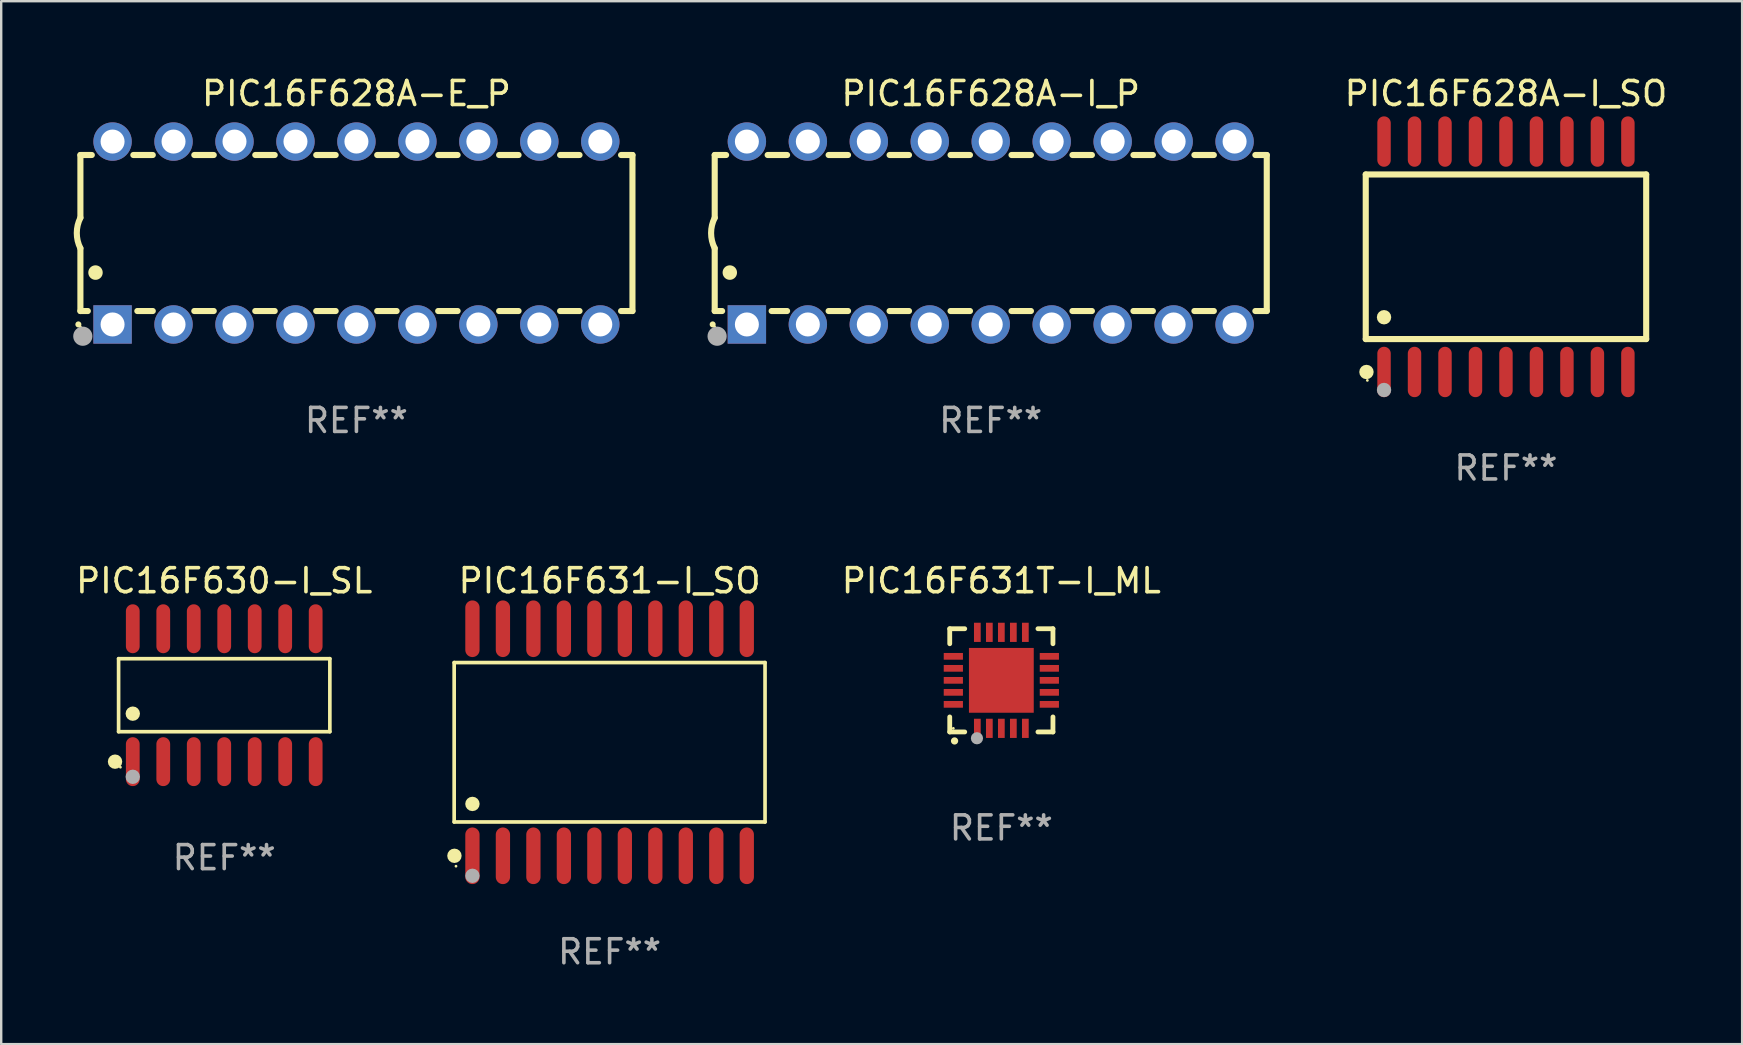
<source format=kicad_pcb>
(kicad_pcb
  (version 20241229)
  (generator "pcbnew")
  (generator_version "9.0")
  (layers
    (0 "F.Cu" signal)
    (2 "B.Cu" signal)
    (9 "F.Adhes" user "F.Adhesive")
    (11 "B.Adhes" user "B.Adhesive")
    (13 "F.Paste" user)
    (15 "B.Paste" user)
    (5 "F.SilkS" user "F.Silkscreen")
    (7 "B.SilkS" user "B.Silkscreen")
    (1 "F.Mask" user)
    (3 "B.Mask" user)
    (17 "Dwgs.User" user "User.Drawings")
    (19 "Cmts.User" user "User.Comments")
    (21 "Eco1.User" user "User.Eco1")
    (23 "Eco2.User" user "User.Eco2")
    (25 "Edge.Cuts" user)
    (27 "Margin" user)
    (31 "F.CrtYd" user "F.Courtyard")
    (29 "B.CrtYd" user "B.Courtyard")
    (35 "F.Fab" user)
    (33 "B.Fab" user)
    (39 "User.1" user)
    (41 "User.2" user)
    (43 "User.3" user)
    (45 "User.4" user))
  (footprint "PIC16F630-I_SL"
    (layer "F.Cu")
    (at 6.292 25.914)
    (property "Reference" "PIC16F630-I_SL" (at 0 -4.769 0) (layer "F.SilkS") (effects (font (size 1 1) (thickness 0.15))))
    (attr through_hole)
    (fp_line (start -4.401 -1.521) (end 4.401 -1.521) (stroke (width 0.152) (type solid)) (layer "F.SilkS"))
    (fp_line (start -4.401 1.521) (end -4.401 -1.521) (stroke (width 0.152) (type solid)) (layer "F.SilkS"))
    (fp_line (start 4.401 -1.521) (end 4.401 1.521) (stroke (width 0.152) (type solid)) (layer "F.SilkS"))
    (fp_line (start 4.401 1.521) (end -4.401 1.521) (stroke (width 0.152) (type solid)) (layer "F.SilkS"))
    (fp_circle (center -4.549 2.769) (end -4.399 2.769) (stroke (width 0.3) (type solid)) (fill no) (layer "F.SilkS"))
    (fp_circle (center -4.325 3) (end -4.295 3) (stroke (width 0.06) (type solid)) (fill no) (layer "F.SilkS"))
    (fp_circle (center -3.81 0.769) (end -3.66 0.769) (stroke (width 0.3) (type solid)) (fill no) (layer "F.SilkS"))
    (fp_circle (center -3.81 3.4) (end -3.66 3.4) (stroke (width 0.3) (type solid)) (fill no) (layer "F.Fab"))
    (fp_text user "REF**" (at 0 6.769 0) (layer "F.Fab") (effects (font (size 1 1) (thickness 0.15))))
    (pad "1" smd oval (at -3.81 2.769) (size 0.574 2.038) (layers "F.Cu" "F.Mask" "F.Paste"))
    (pad "2" smd oval (at -2.54 2.769) (size 0.574 2.038) (layers "F.Cu" "F.Mask" "F.Paste"))
    (pad "3" smd oval (at -1.27 2.769) (size 0.574 2.038) (layers "F.Cu" "F.Mask" "F.Paste"))
    (pad "4" smd oval (at 0 2.769) (size 0.574 2.038) (layers "F.Cu" "F.Mask" "F.Paste"))
    (pad "5" smd oval (at 1.27 2.769) (size 0.574 2.038) (layers "F.Cu" "F.Mask" "F.Paste"))
    (pad "6" smd oval (at 2.54 2.769) (size 0.574 2.038) (layers "F.Cu" "F.Mask" "F.Paste"))
    (pad "7" smd oval (at 3.81 2.769) (size 0.574 2.038) (layers "F.Cu" "F.Mask" "F.Paste"))
    (pad "8" smd oval (at 3.81 -2.769) (size 0.574 2.038) (layers "F.Cu" "F.Mask" "F.Paste"))
    (pad "9" smd oval (at 2.54 -2.769) (size 0.574 2.038) (layers "F.Cu" "F.Mask" "F.Paste"))
    (pad "10" smd oval (at 1.27 -2.769) (size 0.574 2.038) (layers "F.Cu" "F.Mask" "F.Paste"))
    (pad "11" smd oval (at 0 -2.769) (size 0.574 2.038) (layers "F.Cu" "F.Mask" "F.Paste"))
    (pad "12" smd oval (at -1.27 -2.769) (size 0.574 2.038) (layers "F.Cu" "F.Mask" "F.Paste"))
    (pad "13" smd oval (at -2.54 -2.769) (size 0.574 2.038) (layers "F.Cu" "F.Mask" "F.Paste"))
    (pad "14" smd oval (at -3.81 -2.769) (size 0.574 2.038) (layers "F.Cu" "F.Mask" "F.Paste")))
  (footprint "PIC16F628A-I_SO"
    (layer "F.Cu")
    (at 59.693 7.648)
    (property "Reference" "PIC16F628A-I_SO" (at 0 -6.8 0) (layer "F.SilkS") (effects (font (size 1 1) (thickness 0.15))))
    (attr through_hole)
    (fp_line (start -5.842 -3.429) (end -5.842 3.429) (stroke (width 0.254) (type solid)) (layer "F.SilkS"))
    (fp_line (start -5.842 3.429) (end 5.842 3.429) (stroke (width 0.254) (type solid)) (layer "F.SilkS"))
    (fp_line (start 5.842 -3.429) (end -5.842 -3.429) (stroke (width 0.254) (type solid)) (layer "F.SilkS"))
    (fp_line (start 5.842 3.429) (end 5.842 -3.429) (stroke (width 0.254) (type solid)) (layer "F.SilkS"))
    (fp_circle (center -5.812 4.8) (end -5.662 4.8) (stroke (width 0.3) (type solid)) (fill no) (layer "F.SilkS"))
    (fp_circle (center -5.775 5.15) (end -5.745 5.15) (stroke (width 0.06) (type solid)) (fill no) (layer "F.SilkS"))
    (fp_circle (center -5.08 2.519) (end -4.93 2.519) (stroke (width 0.3) (type solid)) (fill no) (layer "F.SilkS"))
    (fp_circle (center -5.08 5.55) (end -4.93 5.55) (stroke (width 0.3) (type solid)) (fill no) (layer "F.Fab"))
    (fp_text user "REF**" (at 0 8.8 0) (layer "F.Fab") (effects (font (size 1 1) (thickness 0.15))))
    (pad "1" smd oval (at -5.08 4.8) (size 0.56 2.1) (layers "F.Cu" "F.Mask" "F.Paste"))
    (pad "2" smd oval (at -3.81 4.8) (size 0.56 2.1) (layers "F.Cu" "F.Mask" "F.Paste"))
    (pad "3" smd oval (at -2.54 4.8) (size 0.56 2.1) (layers "F.Cu" "F.Mask" "F.Paste"))
    (pad "4" smd oval (at -1.27 4.8) (size 0.56 2.1) (layers "F.Cu" "F.Mask" "F.Paste"))
    (pad "5" smd oval (at 0 4.8) (size 0.56 2.1) (layers "F.Cu" "F.Mask" "F.Paste"))
    (pad "6" smd oval (at 1.27 4.8) (size 0.56 2.1) (layers "F.Cu" "F.Mask" "F.Paste"))
    (pad "7" smd oval (at 2.54 4.8) (size 0.56 2.1) (layers "F.Cu" "F.Mask" "F.Paste"))
    (pad "8" smd oval (at 3.81 4.8) (size 0.56 2.1) (layers "F.Cu" "F.Mask" "F.Paste"))
    (pad "9" smd oval (at 5.08 4.8) (size 0.56 2.1) (layers "F.Cu" "F.Mask" "F.Paste"))
    (pad "10" smd oval (at 5.08 -4.8) (size 0.56 2.1) (layers "F.Cu" "F.Mask" "F.Paste"))
    (pad "11" smd oval (at 3.81 -4.8) (size 0.56 2.1) (layers "F.Cu" "F.Mask" "F.Paste"))
    (pad "12" smd oval (at 2.54 -4.8) (size 0.56 2.1) (layers "F.Cu" "F.Mask" "F.Paste"))
    (pad "13" smd oval (at 1.27 -4.8) (size 0.56 2.1) (layers "F.Cu" "F.Mask" "F.Paste"))
    (pad "14" smd oval (at 0 -4.8) (size 0.56 2.1) (layers "F.Cu" "F.Mask" "F.Paste"))
    (pad "15" smd oval (at -1.27 -4.8) (size 0.56 2.1) (layers "F.Cu" "F.Mask" "F.Paste"))
    (pad "16" smd oval (at -2.54 -4.8) (size 0.56 2.1) (layers "F.Cu" "F.Mask" "F.Paste"))
    (pad "17" smd oval (at -3.81 -4.8) (size 0.56 2.1) (layers "F.Cu" "F.Mask" "F.Paste"))
    (pad "18" smd oval (at -5.08 -4.8) (size 0.56 2.1) (layers "F.Cu" "F.Mask" "F.Paste")))
  (footprint "PIC16F631-I_SO"
    (layer "F.Cu")
    (at 22.348 27.875)
    (property "Reference" "PIC16F631-I_SO" (at 0 -6.73 0) (layer "F.SilkS") (effects (font (size 1 1) (thickness 0.15))))
    (attr through_hole)
    (fp_line (start -6.476 -3.321) (end 6.476 -3.321) (stroke (width 0.152) (type solid)) (layer "F.SilkS"))
    (fp_line (start -6.476 3.321) (end -6.476 -3.321) (stroke (width 0.152) (type solid)) (layer "F.SilkS"))
    (fp_line (start 6.476 -3.321) (end 6.476 3.321) (stroke (width 0.152) (type solid)) (layer "F.SilkS"))
    (fp_line (start 6.476 3.321) (end -6.476 3.321) (stroke (width 0.152) (type solid)) (layer "F.SilkS"))
    (fp_circle (center -6.465 4.73) (end -6.315 4.73) (stroke (width 0.3) (type solid)) (fill no) (layer "F.SilkS"))
    (fp_circle (center -6.4 5.163) (end -6.37 5.163) (stroke (width 0.06) (type solid)) (fill no) (layer "F.SilkS"))
    (fp_circle (center -5.715 2.569) (end -5.565 2.569) (stroke (width 0.3) (type solid)) (fill no) (layer "F.SilkS"))
    (fp_circle (center -5.715 5.563) (end -5.565 5.563) (stroke (width 0.3) (type solid)) (fill no) (layer "F.Fab"))
    (fp_text user "REF**" (at 0 8.73 0) (layer "F.Fab") (effects (font (size 1 1) (thickness 0.15))))
    (pad "1" smd oval (at -5.715 4.73) (size 0.595 2.36) (layers "F.Cu" "F.Mask" "F.Paste"))
    (pad "2" smd oval (at -4.445 4.73) (size 0.595 2.36) (layers "F.Cu" "F.Mask" "F.Paste"))
    (pad "3" smd oval (at -3.175 4.73) (size 0.595 2.36) (layers "F.Cu" "F.Mask" "F.Paste"))
    (pad "4" smd oval (at -1.905 4.73) (size 0.595 2.36) (layers "F.Cu" "F.Mask" "F.Paste"))
    (pad "5" smd oval (at -0.635 4.73) (size 0.595 2.36) (layers "F.Cu" "F.Mask" "F.Paste"))
    (pad "6" smd oval (at 0.635 4.73) (size 0.595 2.36) (layers "F.Cu" "F.Mask" "F.Paste"))
    (pad "7" smd oval (at 1.905 4.73) (size 0.595 2.36) (layers "F.Cu" "F.Mask" "F.Paste"))
    (pad "8" smd oval (at 3.175 4.73) (size 0.595 2.36) (layers "F.Cu" "F.Mask" "F.Paste"))
    (pad "9" smd oval (at 4.445 4.73) (size 0.595 2.36) (layers "F.Cu" "F.Mask" "F.Paste"))
    (pad "10" smd oval (at 5.715 4.73) (size 0.595 2.36) (layers "F.Cu" "F.Mask" "F.Paste"))
    (pad "11" smd oval (at 5.715 -4.73) (size 0.595 2.36) (layers "F.Cu" "F.Mask" "F.Paste"))
    (pad "12" smd oval (at 4.445 -4.73) (size 0.595 2.36) (layers "F.Cu" "F.Mask" "F.Paste"))
    (pad "13" smd oval (at 3.175 -4.73) (size 0.595 2.36) (layers "F.Cu" "F.Mask" "F.Paste"))
    (pad "14" smd oval (at 1.905 -4.73) (size 0.595 2.36) (layers "F.Cu" "F.Mask" "F.Paste"))
    (pad "15" smd oval (at 0.635 -4.73) (size 0.595 2.36) (layers "F.Cu" "F.Mask" "F.Paste"))
    (pad "16" smd oval (at -0.635 -4.73) (size 0.595 2.36) (layers "F.Cu" "F.Mask" "F.Paste"))
    (pad "17" smd oval (at -1.905 -4.73) (size 0.595 2.36) (layers "F.Cu" "F.Mask" "F.Paste"))
    (pad "18" smd oval (at -3.175 -4.73) (size 0.595 2.36) (layers "F.Cu" "F.Mask" "F.Paste"))
    (pad "19" smd oval (at -4.445 -4.73) (size 0.595 2.36) (layers "F.Cu" "F.Mask" "F.Paste"))
    (pad "20" smd oval (at -5.715 -4.73) (size 0.595 2.36) (layers "F.Cu" "F.Mask" "F.Paste")))
  (footprint "PIC16F628A-I_P"
    (layer "F.Cu")
    (at 38.227 6.658)
    (property "Reference" "PIC16F628A-I_P" (at 0 -5.81 0) (layer "F.SilkS") (effects (font (size 1 1) (thickness 0.15))))
    (attr through_hole)
    (fp_line (start -11.5 -3.25) (end -11.5 -0.635) (stroke (width 0.254) (type solid)) (layer "F.SilkS"))
    (fp_line (start -11.5 3.25) (end -11.5 0.635) (stroke (width 0.254) (type solid)) (layer "F.SilkS"))
    (fp_line (start -11.5 3.25) (end -11.191 3.25) (stroke (width 0.254) (type solid)) (layer "F.SilkS"))
    (fp_line (start -11.025 -3.25) (end -11.5 -3.25) (stroke (width 0.254) (type solid)) (layer "F.SilkS"))
    (fp_line (start -9.129 3.25) (end -8.485 3.25) (stroke (width 0.254) (type solid)) (layer "F.SilkS"))
    (fp_line (start -8.485 -3.25) (end -9.295 -3.25) (stroke (width 0.254) (type solid)) (layer "F.SilkS"))
    (fp_line (start -6.755 3.25) (end -5.945 3.25) (stroke (width 0.254) (type solid)) (layer "F.SilkS"))
    (fp_line (start -5.945 -3.25) (end -6.755 -3.25) (stroke (width 0.254) (type solid)) (layer "F.SilkS"))
    (fp_line (start -4.215 3.25) (end -3.405 3.25) (stroke (width 0.254) (type solid)) (layer "F.SilkS"))
    (fp_line (start -3.405 -3.25) (end -4.215 -3.25) (stroke (width 0.254) (type solid)) (layer "F.SilkS"))
    (fp_line (start -1.675 3.25) (end -0.865 3.25) (stroke (width 0.254) (type solid)) (layer "F.SilkS"))
    (fp_line (start -0.865 -3.25) (end -1.675 -3.25) (stroke (width 0.254) (type solid)) (layer "F.SilkS"))
    (fp_line (start 0.865 3.25) (end 1.675 3.25) (stroke (width 0.254) (type solid)) (layer "F.SilkS"))
    (fp_line (start 1.675 -3.25) (end 0.865 -3.25) (stroke (width 0.254) (type solid)) (layer "F.SilkS"))
    (fp_line (start 3.405 3.25) (end 4.215 3.25) (stroke (width 0.254) (type solid)) (layer "F.SilkS"))
    (fp_line (start 4.215 -3.25) (end 3.405 -3.25) (stroke (width 0.254) (type solid)) (layer "F.SilkS"))
    (fp_line (start 5.945 3.25) (end 6.755 3.25) (stroke (width 0.254) (type solid)) (layer "F.SilkS"))
    (fp_line (start 6.755 -3.25) (end 5.945 -3.25) (stroke (width 0.254) (type solid)) (layer "F.SilkS"))
    (fp_line (start 8.485 3.25) (end 9.295 3.25) (stroke (width 0.254) (type solid)) (layer "F.SilkS"))
    (fp_line (start 9.295 -3.25) (end 8.485 -3.25) (stroke (width 0.254) (type solid)) (layer "F.SilkS"))
    (fp_line (start 11.025 3.25) (end 11.5 3.25) (stroke (width 0.254) (type solid)) (layer "F.SilkS"))
    (fp_line (start 11.5 -3.25) (end 11.025 -3.25) (stroke (width 0.254) (type solid)) (layer "F.SilkS"))
    (fp_line (start 11.5 -3.25) (end 11.5 3.25) (stroke (width 0.254) (type solid)) (layer "F.SilkS"))
    (fp_arc (start -11.584963 3.810008) (mid -11.58497 3.808738) (end -11.584963 3.807468) (stroke (width 0.25) (type solid)) (layer "F.SilkS"))
    (fp_arc (start -11.501143 0.635001) (mid -11.650665 -0.000132) (end -11.500025 -0.635001) (stroke (width 0.254001) (type solid)) (layer "F.SilkS"))
    (fp_arc (start -10.871222 1.651003) (mid -10.871233 1.648463) (end -10.871222 1.645923) (stroke (width 0.6) (type solid)) (layer "F.SilkS"))
    (fp_circle (center -11.5 3.91) (end -11.47 3.91) (stroke (width 0.06) (type solid)) (fill no) (layer "F.SilkS"))
    (fp_circle (center -11.4 4.3) (end -11.2 4.3) (stroke (width 0.4) (type solid)) (fill no) (layer "F.Fab"))
    (fp_text user "REF**" (at 0 7.81 0) (layer "F.Fab") (effects (font (size 1 1) (thickness 0.15))))
    (pad "1" thru_hole rect (at -10.16 3.81 90) (size 1.6 1.6) (drill 1) (layers "*.Cu" "*.Mask"))
    (pad "2" thru_hole circle (at -7.62 3.81 90) (size 1.6 1.6) (drill 1) (layers "*.Cu" "*.Mask"))
    (pad "3" thru_hole circle (at -5.08 3.81 90) (size 1.6 1.6) (drill 1) (layers "*.Cu" "*.Mask"))
    (pad "4" thru_hole circle (at -2.54 3.81 90) (size 1.6 1.6) (drill 1) (layers "*.Cu" "*.Mask"))
    (pad "5" thru_hole circle (at 0 3.81 90) (size 1.6 1.6) (drill 1) (layers "*.Cu" "*.Mask"))
    (pad "6" thru_hole circle (at 2.54 3.81 90) (size 1.6 1.6) (drill 1) (layers "*.Cu" "*.Mask"))
    (pad "7" thru_hole circle (at 5.08 3.81 90) (size 1.6 1.6) (drill 1) (layers "*.Cu" "*.Mask"))
    (pad "8" thru_hole circle (at 7.62 3.81 90) (size 1.6 1.6) (drill 1) (layers "*.Cu" "*.Mask"))
    (pad "9" thru_hole circle (at 10.16 3.81 90) (size 1.6 1.6) (drill 1) (layers "*.Cu" "*.Mask"))
    (pad "10" thru_hole circle (at 10.16 -3.81 90) (size 1.6 1.6) (drill 1) (layers "*.Cu" "*.Mask"))
    (pad "11" thru_hole circle (at 7.62 -3.81 90) (size 1.6 1.6) (drill 1) (layers "*.Cu" "*.Mask"))
    (pad "12" thru_hole circle (at 5.08 -3.81 90) (size 1.6 1.6) (drill 1) (layers "*.Cu" "*.Mask"))
    (pad "13" thru_hole circle (at 2.54 -3.81 90) (size 1.6 1.6) (drill 1) (layers "*.Cu" "*.Mask"))
    (pad "14" thru_hole circle (at 0 -3.81 90) (size 1.6 1.6) (drill 1) (layers "*.Cu" "*.Mask"))
    (pad "15" thru_hole circle (at -2.54 -3.81 90) (size 1.6 1.6) (drill 1) (layers "*.Cu" "*.Mask"))
    (pad "16" thru_hole circle (at -5.08 -3.81 90) (size 1.6 1.6) (drill 1) (layers "*.Cu" "*.Mask"))
    (pad "17" thru_hole circle (at -7.62 -3.81 90) (size 1.6 1.6) (drill 1) (layers "*.Cu" "*.Mask"))
    (pad "18" thru_hole circle (at -10.16 -3.81 90) (size 1.6 1.6) (drill 1) (layers "*.Cu" "*.Mask")))
  (footprint "PIC16F631T-I_ML"
    (layer "F.Cu")
    (at 38.669 25.295)
    (property "Reference" "PIC16F631T-I_ML" (at 0 -4.15 0) (layer "F.SilkS") (effects (font (size 1 1) (thickness 0.15))))
    (attr through_hole)
    (fp_line (start -2.15 -2.15) (end -2.15 -1.525) (stroke (width 0.2) (type solid)) (layer "F.SilkS"))
    (fp_line (start -2.15 2.15) (end -2.15 1.525) (stroke (width 0.2) (type solid)) (layer "F.SilkS"))
    (fp_line (start -1.525 -2.15) (end -2.15 -2.15) (stroke (width 0.2) (type solid)) (layer "F.SilkS"))
    (fp_line (start -1.525 2.15) (end -2.15 2.15) (stroke (width 0.2) (type solid)) (layer "F.SilkS"))
    (fp_line (start 1.525 2.15) (end 2.15 2.15) (stroke (width 0.2) (type solid)) (layer "F.SilkS"))
    (fp_line (start 2.15 -2.15) (end 1.525 -2.15) (stroke (width 0.2) (type solid)) (layer "F.SilkS"))
    (fp_line (start 2.15 -1.525) (end 2.15 -2.15) (stroke (width 0.2) (type solid)) (layer "F.SilkS"))
    (fp_line (start 2.15 2.15) (end 2.15 1.525) (stroke (width 0.2) (type solid)) (layer "F.SilkS"))
    (fp_arc (start -1.950724 2.524765) (mid -1.949454 2.52476) (end -1.948184 2.524765) (stroke (width 0.3) (type solid)) (layer "F.SilkS"))
    (fp_circle (center -2 2) (end -1.97 2) (stroke (width 0.06) (type solid)) (fill no) (layer "F.SilkS"))
    (fp_circle (center -1.016 2.413) (end -0.889 2.413) (stroke (width 0.254) (type solid)) (fill no) (layer "F.Fab"))
    (fp_text user "REF**" (at 0 6.15 0) (layer "F.Fab") (effects (font (size 1 1) (thickness 0.15))))
    (pad "1" smd rect (at -1 2) (size 0.28 0.8) (layers "F.Cu" "F.Mask" "F.Paste"))
    (pad "2" smd rect (at -0.5 2) (size 0.28 0.8) (layers "F.Cu" "F.Mask" "F.Paste"))
    (pad "3" smd rect (at 0 2) (size 0.28 0.8) (layers "F.Cu" "F.Mask" "F.Paste"))
    (pad "4" smd rect (at 0.5 2) (size 0.28 0.8) (layers "F.Cu" "F.Mask" "F.Paste"))
    (pad "5" smd rect (at 1 2) (size 0.28 0.8) (layers "F.Cu" "F.Mask" "F.Paste"))
    (pad "6" smd rect (at 2 1) (size 0.8 0.28) (layers "F.Cu" "F.Mask" "F.Paste"))
    (pad "7" smd rect (at 2 0.5) (size 0.8 0.28) (layers "F.Cu" "F.Mask" "F.Paste"))
    (pad "8" smd rect (at 2 0) (size 0.8 0.28) (layers "F.Cu" "F.Mask" "F.Paste"))
    (pad "9" smd rect (at 2 -0.5) (size 0.8 0.28) (layers "F.Cu" "F.Mask" "F.Paste"))
    (pad "10" smd rect (at 2 -1) (size 0.8 0.28) (layers "F.Cu" "F.Mask" "F.Paste"))
    (pad "11" smd rect (at 1 -2) (size 0.28 0.8) (layers "F.Cu" "F.Mask" "F.Paste"))
    (pad "12" smd rect (at 0.5 -2) (size 0.28 0.8) (layers "F.Cu" "F.Mask" "F.Paste"))
    (pad "13" smd rect (at 0 -2) (size 0.28 0.8) (layers "F.Cu" "F.Mask" "F.Paste"))
    (pad "14" smd rect (at -0.5 -2) (size 0.28 0.8) (layers "F.Cu" "F.Mask" "F.Paste"))
    (pad "15" smd rect (at -1 -2) (size 0.28 0.8) (layers "F.Cu" "F.Mask" "F.Paste"))
    (pad "16" smd rect (at -2 -1) (size 0.8 0.28) (layers "F.Cu" "F.Mask" "F.Paste"))
    (pad "17" smd rect (at -2 -0.5) (size 0.8 0.28) (layers "F.Cu" "F.Mask" "F.Paste"))
    (pad "18" smd rect (at -2 0) (size 0.8 0.28) (layers "F.Cu" "F.Mask" "F.Paste"))
    (pad "19" smd rect (at -2 0.5) (size 0.8 0.28) (layers "F.Cu" "F.Mask" "F.Paste"))
    (pad "20" smd rect (at -2 1) (size 0.8 0.28) (layers "F.Cu" "F.Mask" "F.Paste"))
    (pad "21" smd rect (at 0 0) (size 2.7 2.7) (layers "F.Cu" "F.Mask" "F.Paste")))
  (footprint "PIC16F628A-E_P"
    (layer "F.Cu")
    (at 11.8 6.658)
    (property "Reference" "PIC16F628A-E_P" (at 0 -5.81 0) (layer "F.SilkS") (effects (font (size 1 1) (thickness 0.15))))
    (attr through_hole)
    (fp_line (start -11.5 -3.25) (end -11.5 -0.635) (stroke (width 0.254) (type solid)) (layer "F.SilkS"))
    (fp_line (start -11.5 3.25) (end -11.5 0.635) (stroke (width 0.254) (type solid)) (layer "F.SilkS"))
    (fp_line (start -11.5 3.25) (end -11.191 3.25) (stroke (width 0.254) (type solid)) (layer "F.SilkS"))
    (fp_line (start -11.025 -3.25) (end -11.5 -3.25) (stroke (width 0.254) (type solid)) (layer "F.SilkS"))
    (fp_line (start -9.129 3.25) (end -8.485 3.25) (stroke (width 0.254) (type solid)) (layer "F.SilkS"))
    (fp_line (start -8.485 -3.25) (end -9.295 -3.25) (stroke (width 0.254) (type solid)) (layer "F.SilkS"))
    (fp_line (start -6.755 3.25) (end -5.945 3.25) (stroke (width 0.254) (type solid)) (layer "F.SilkS"))
    (fp_line (start -5.945 -3.25) (end -6.755 -3.25) (stroke (width 0.254) (type solid)) (layer "F.SilkS"))
    (fp_line (start -4.215 3.25) (end -3.405 3.25) (stroke (width 0.254) (type solid)) (layer "F.SilkS"))
    (fp_line (start -3.405 -3.25) (end -4.215 -3.25) (stroke (width 0.254) (type solid)) (layer "F.SilkS"))
    (fp_line (start -1.675 3.25) (end -0.865 3.25) (stroke (width 0.254) (type solid)) (layer "F.SilkS"))
    (fp_line (start -0.865 -3.25) (end -1.675 -3.25) (stroke (width 0.254) (type solid)) (layer "F.SilkS"))
    (fp_line (start 0.865 3.25) (end 1.675 3.25) (stroke (width 0.254) (type solid)) (layer "F.SilkS"))
    (fp_line (start 1.675 -3.25) (end 0.865 -3.25) (stroke (width 0.254) (type solid)) (layer "F.SilkS"))
    (fp_line (start 3.405 3.25) (end 4.215 3.25) (stroke (width 0.254) (type solid)) (layer "F.SilkS"))
    (fp_line (start 4.215 -3.25) (end 3.405 -3.25) (stroke (width 0.254) (type solid)) (layer "F.SilkS"))
    (fp_line (start 5.945 3.25) (end 6.755 3.25) (stroke (width 0.254) (type solid)) (layer "F.SilkS"))
    (fp_line (start 6.755 -3.25) (end 5.945 -3.25) (stroke (width 0.254) (type solid)) (layer "F.SilkS"))
    (fp_line (start 8.485 3.25) (end 9.295 3.25) (stroke (width 0.254) (type solid)) (layer "F.SilkS"))
    (fp_line (start 9.295 -3.25) (end 8.485 -3.25) (stroke (width 0.254) (type solid)) (layer "F.SilkS"))
    (fp_line (start 11.025 3.25) (end 11.5 3.25) (stroke (width 0.254) (type solid)) (layer "F.SilkS"))
    (fp_line (start 11.5 -3.25) (end 11.025 -3.25) (stroke (width 0.254) (type solid)) (layer "F.SilkS"))
    (fp_line (start 11.5 -3.25) (end 11.5 3.25) (stroke (width 0.254) (type solid)) (layer "F.SilkS"))
    (fp_arc (start -11.584963 3.810008) (mid -11.58497 3.808738) (end -11.584963 3.807468) (stroke (width 0.25) (type solid)) (layer "F.SilkS"))
    (fp_arc (start -11.501143 0.635001) (mid -11.650665 -0.000132) (end -11.500025 -0.635001) (stroke (width 0.254001) (type solid)) (layer "F.SilkS"))
    (fp_arc (start -10.871222 1.651003) (mid -10.871233 1.648463) (end -10.871222 1.645923) (stroke (width 0.6) (type solid)) (layer "F.SilkS"))
    (fp_circle (center -11.5 3.91) (end -11.47 3.91) (stroke (width 0.06) (type solid)) (fill no) (layer "F.SilkS"))
    (fp_circle (center -11.4 4.3) (end -11.2 4.3) (stroke (width 0.4) (type solid)) (fill no) (layer "F.Fab"))
    (fp_text user "REF**" (at 0 7.81 0) (layer "F.Fab") (effects (font (size 1 1) (thickness 0.15))))
    (pad "1" thru_hole rect (at -10.16 3.81 90) (size 1.6 1.6) (drill 1) (layers "*.Cu" "*.Mask"))
    (pad "2" thru_hole circle (at -7.62 3.81 90) (size 1.6 1.6) (drill 1) (layers "*.Cu" "*.Mask"))
    (pad "3" thru_hole circle (at -5.08 3.81 90) (size 1.6 1.6) (drill 1) (layers "*.Cu" "*.Mask"))
    (pad "4" thru_hole circle (at -2.54 3.81 90) (size 1.6 1.6) (drill 1) (layers "*.Cu" "*.Mask"))
    (pad "5" thru_hole circle (at 0 3.81 90) (size 1.6 1.6) (drill 1) (layers "*.Cu" "*.Mask"))
    (pad "6" thru_hole circle (at 2.54 3.81 90) (size 1.6 1.6) (drill 1) (layers "*.Cu" "*.Mask"))
    (pad "7" thru_hole circle (at 5.08 3.81 90) (size 1.6 1.6) (drill 1) (layers "*.Cu" "*.Mask"))
    (pad "8" thru_hole circle (at 7.62 3.81 90) (size 1.6 1.6) (drill 1) (layers "*.Cu" "*.Mask"))
    (pad "9" thru_hole circle (at 10.16 3.81 90) (size 1.6 1.6) (drill 1) (layers "*.Cu" "*.Mask"))
    (pad "10" thru_hole circle (at 10.16 -3.81 90) (size 1.6 1.6) (drill 1) (layers "*.Cu" "*.Mask"))
    (pad "11" thru_hole circle (at 7.62 -3.81 90) (size 1.6 1.6) (drill 1) (layers "*.Cu" "*.Mask"))
    (pad "12" thru_hole circle (at 5.08 -3.81 90) (size 1.6 1.6) (drill 1) (layers "*.Cu" "*.Mask"))
    (pad "13" thru_hole circle (at 2.54 -3.81 90) (size 1.6 1.6) (drill 1) (layers "*.Cu" "*.Mask"))
    (pad "14" thru_hole circle (at 0 -3.81 90) (size 1.6 1.6) (drill 1) (layers "*.Cu" "*.Mask"))
    (pad "15" thru_hole circle (at -2.54 -3.81 90) (size 1.6 1.6) (drill 1) (layers "*.Cu" "*.Mask"))
    (pad "16" thru_hole circle (at -5.08 -3.81 90) (size 1.6 1.6) (drill 1) (layers "*.Cu" "*.Mask"))
    (pad "17" thru_hole circle (at -7.62 -3.81 90) (size 1.6 1.6) (drill 1) (layers "*.Cu" "*.Mask"))
    (pad "18" thru_hole circle (at -10.16 -3.81 90) (size 1.6 1.6) (drill 1) (layers "*.Cu" "*.Mask")))
  (gr_rect
    (start -3 -3)
    (end 69.533 40.453)
    (stroke (width 0.1) (type default))
    (fill no)
    (layer "Edge.Cuts")))
</source>
